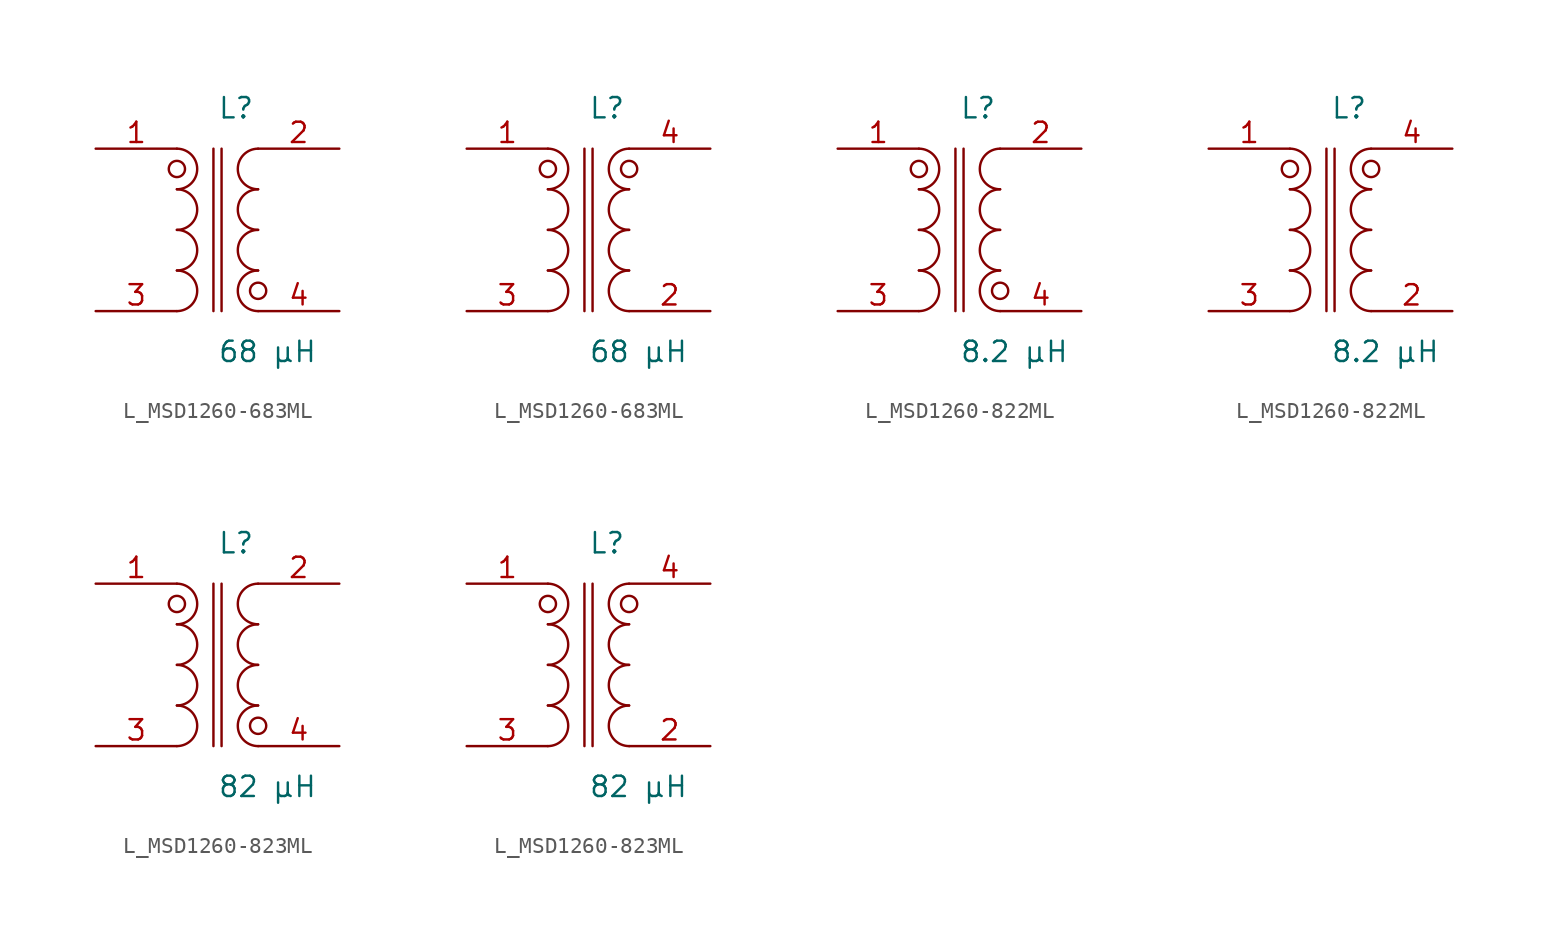
<source format=kicad_sym>
(kicad_symbol_lib
  (version 20231120)
  (generator kicad_symbol_editor)
  (generator_version 8.0)
  (symbol "L_MSD1260-683ML"
    (pin_names
      (offset 0.254))
    (property "Reference" "L"
      (at 0.0 7.62 0)
      (effects (font (size 1.27 1.27)) (justify left)))
    (property "Value" "68 µH"
      (at 0.0 -7.62 0)
      (effects (font (size 1.27 1.27)) (justify left)))
    (symbol "L_MSD1260-683ML_1_1"
      (arc (start -2.54 -5.08) (mid -1.27 -3.81) (end -2.54 -2.54) (stroke (width 0) (type default)) (fill (type none)))
      (arc (start -2.54 -2.54) (mid -1.27 -1.27) (end -2.54 0.0) (stroke (width 0) (type default)) (fill (type none)))
      (arc (start -2.54 0.0) (mid -1.27 1.27) (end -2.54 2.54) (stroke (width 0) (type default)) (fill (type none)))
      (arc (start -2.54 2.54) (mid -1.27 3.81) (end -2.54 5.08) (stroke (width 0) (type default)) (fill (type none)))
      (arc (start 2.54 -5.08) (mid 1.27 -3.81) (end 2.54 -2.54) (stroke (width 0) (type default)) (fill (type none)))
      (arc (start 2.54 -2.54) (mid 1.27 -1.27) (end 2.54 0.0) (stroke (width 0) (type default)) (fill (type none)))
      (arc (start 2.54 0.0) (mid 1.27 1.27) (end 2.54 2.54) (stroke (width 0) (type default)) (fill (type none)))
      (arc (start 2.54 2.54) (mid 1.27 3.81) (end 2.54 5.08) (stroke (width 0) (type default)) (fill (type none)))
      (circle (center -2.54 3.81) (radius 0.508) (stroke (width 0) (type default)) (fill (type none)))
      (circle (center 2.54 -3.81) (radius 0.508) (stroke (width 0) (type default)) (fill (type none)))
      (polyline (pts (xy -0.254 5.08) (xy -0.254 -5.08)) (stroke (width 0) (type default)) (fill (type none)))
      (polyline (pts (xy 0.254 5.08) (xy 0.254 -5.08)) (stroke (width 0) (type default)) (fill (type none)))
      (pin unspecified line (at -7.62 5.08 0) (length 5.08) (name "" (effects (font (size 1.27 1.27)))) (number "1" (effects (font (size 1.27 1.27)))))
      (pin unspecified line (at -7.62 -5.08 0) (length 5.08) (name "" (effects (font (size 1.27 1.27)))) (number "3" (effects (font (size 1.27 1.27)))))
      (pin unspecified line (at 7.62 5.08 180) (length 5.08) (name "" (effects (font (size 1.27 1.27)))) (number "2" (effects (font (size 1.27 1.27)))))
      (pin unspecified line (at 7.62 -5.08 180) (length 5.08) (name "" (effects (font (size 1.27 1.27)))) (number "4" (effects (font (size 1.27 1.27))))))
    (symbol "L_MSD1260-683ML_1_2"
      (arc (start -2.54 -5.08) (mid -1.27 -3.81) (end -2.54 -2.54) (stroke (width 0) (type default)) (fill (type none)))
      (arc (start -2.54 -2.54) (mid -1.27 -1.27) (end -2.54 0.0) (stroke (width 0) (type default)) (fill (type none)))
      (arc (start -2.54 0.0) (mid -1.27 1.27) (end -2.54 2.54) (stroke (width 0) (type default)) (fill (type none)))
      (arc (start -2.54 2.54) (mid -1.27 3.81) (end -2.54 5.08) (stroke (width 0) (type default)) (fill (type none)))
      (arc (start 2.54 -5.08) (mid 1.27 -3.81) (end 2.54 -2.54) (stroke (width 0) (type default)) (fill (type none)))
      (arc (start 2.54 -2.54) (mid 1.27 -1.27) (end 2.54 0.0) (stroke (width 0) (type default)) (fill (type none)))
      (arc (start 2.54 0.0) (mid 1.27 1.27) (end 2.54 2.54) (stroke (width 0) (type default)) (fill (type none)))
      (arc (start 2.54 2.54) (mid 1.27 3.81) (end 2.54 5.08) (stroke (width 0) (type default)) (fill (type none)))
      (circle (center -2.54 3.81) (radius 0.508) (stroke (width 0) (type default)) (fill (type none)))
      (circle (center 2.54 3.81) (radius 0.508) (stroke (width 0) (type default)) (fill (type none)))
      (polyline (pts (xy -0.254 5.08) (xy -0.254 -5.08)) (stroke (width 0) (type default)) (fill (type none)))
      (polyline (pts (xy 0.254 5.08) (xy 0.254 -5.08)) (stroke (width 0) (type default)) (fill (type none)))
      (pin unspecified line (at -7.62 5.08 0) (length 5.08) (name "" (effects (font (size 1.27 1.27)))) (number "1" (effects (font (size 1.27 1.27)))))
      (pin unspecified line (at -7.62 -5.08 0) (length 5.08) (name "" (effects (font (size 1.27 1.27)))) (number "3" (effects (font (size 1.27 1.27)))))
      (pin unspecified line (at 7.62 -5.08 180) (length 5.08) (name "" (effects (font (size 1.27 1.27)))) (number "2" (effects (font (size 1.27 1.27)))))
      (pin unspecified line (at 7.62 5.08 180) (length 5.08) (name "" (effects (font (size 1.27 1.27)))) (number "4" (effects (font (size 1.27 1.27)))))))
  (symbol "L_MSD1260-822ML"
    (pin_names
      (offset 0.254))
    (property "Reference" "L"
      (at 0.0 7.62 0)
      (effects (font (size 1.27 1.27)) (justify left)))
    (property "Value" "8.2 µH"
      (at 0.0 -7.62 0)
      (effects (font (size 1.27 1.27)) (justify left)))
    (symbol "L_MSD1260-822ML_1_1"
      (arc (start -2.54 -5.08) (mid -1.27 -3.81) (end -2.54 -2.54) (stroke (width 0) (type default)) (fill (type none)))
      (arc (start -2.54 -2.54) (mid -1.27 -1.27) (end -2.54 0.0) (stroke (width 0) (type default)) (fill (type none)))
      (arc (start -2.54 0.0) (mid -1.27 1.27) (end -2.54 2.54) (stroke (width 0) (type default)) (fill (type none)))
      (arc (start -2.54 2.54) (mid -1.27 3.81) (end -2.54 5.08) (stroke (width 0) (type default)) (fill (type none)))
      (arc (start 2.54 -5.08) (mid 1.27 -3.81) (end 2.54 -2.54) (stroke (width 0) (type default)) (fill (type none)))
      (arc (start 2.54 -2.54) (mid 1.27 -1.27) (end 2.54 0.0) (stroke (width 0) (type default)) (fill (type none)))
      (arc (start 2.54 0.0) (mid 1.27 1.27) (end 2.54 2.54) (stroke (width 0) (type default)) (fill (type none)))
      (arc (start 2.54 2.54) (mid 1.27 3.81) (end 2.54 5.08) (stroke (width 0) (type default)) (fill (type none)))
      (circle (center -2.54 3.81) (radius 0.508) (stroke (width 0) (type default)) (fill (type none)))
      (circle (center 2.54 -3.81) (radius 0.508) (stroke (width 0) (type default)) (fill (type none)))
      (polyline (pts (xy -0.254 5.08) (xy -0.254 -5.08)) (stroke (width 0) (type default)) (fill (type none)))
      (polyline (pts (xy 0.254 5.08) (xy 0.254 -5.08)) (stroke (width 0) (type default)) (fill (type none)))
      (pin unspecified line (at -7.62 5.08 0) (length 5.08) (name "" (effects (font (size 1.27 1.27)))) (number "1" (effects (font (size 1.27 1.27)))))
      (pin unspecified line (at -7.62 -5.08 0) (length 5.08) (name "" (effects (font (size 1.27 1.27)))) (number "3" (effects (font (size 1.27 1.27)))))
      (pin unspecified line (at 7.62 5.08 180) (length 5.08) (name "" (effects (font (size 1.27 1.27)))) (number "2" (effects (font (size 1.27 1.27)))))
      (pin unspecified line (at 7.62 -5.08 180) (length 5.08) (name "" (effects (font (size 1.27 1.27)))) (number "4" (effects (font (size 1.27 1.27))))))
    (symbol "L_MSD1260-822ML_1_2"
      (arc (start -2.54 -5.08) (mid -1.27 -3.81) (end -2.54 -2.54) (stroke (width 0) (type default)) (fill (type none)))
      (arc (start -2.54 -2.54) (mid -1.27 -1.27) (end -2.54 0.0) (stroke (width 0) (type default)) (fill (type none)))
      (arc (start -2.54 0.0) (mid -1.27 1.27) (end -2.54 2.54) (stroke (width 0) (type default)) (fill (type none)))
      (arc (start -2.54 2.54) (mid -1.27 3.81) (end -2.54 5.08) (stroke (width 0) (type default)) (fill (type none)))
      (arc (start 2.54 -5.08) (mid 1.27 -3.81) (end 2.54 -2.54) (stroke (width 0) (type default)) (fill (type none)))
      (arc (start 2.54 -2.54) (mid 1.27 -1.27) (end 2.54 0.0) (stroke (width 0) (type default)) (fill (type none)))
      (arc (start 2.54 0.0) (mid 1.27 1.27) (end 2.54 2.54) (stroke (width 0) (type default)) (fill (type none)))
      (arc (start 2.54 2.54) (mid 1.27 3.81) (end 2.54 5.08) (stroke (width 0) (type default)) (fill (type none)))
      (circle (center -2.54 3.81) (radius 0.508) (stroke (width 0) (type default)) (fill (type none)))
      (circle (center 2.54 3.81) (radius 0.508) (stroke (width 0) (type default)) (fill (type none)))
      (polyline (pts (xy -0.254 5.08) (xy -0.254 -5.08)) (stroke (width 0) (type default)) (fill (type none)))
      (polyline (pts (xy 0.254 5.08) (xy 0.254 -5.08)) (stroke (width 0) (type default)) (fill (type none)))
      (pin unspecified line (at -7.62 5.08 0) (length 5.08) (name "" (effects (font (size 1.27 1.27)))) (number "1" (effects (font (size 1.27 1.27)))))
      (pin unspecified line (at -7.62 -5.08 0) (length 5.08) (name "" (effects (font (size 1.27 1.27)))) (number "3" (effects (font (size 1.27 1.27)))))
      (pin unspecified line (at 7.62 -5.08 180) (length 5.08) (name "" (effects (font (size 1.27 1.27)))) (number "2" (effects (font (size 1.27 1.27)))))
      (pin unspecified line (at 7.62 5.08 180) (length 5.08) (name "" (effects (font (size 1.27 1.27)))) (number "4" (effects (font (size 1.27 1.27)))))))
  (symbol "L_MSD1260-823ML"
    (pin_names
      (offset 0.254))
    (property "Reference" "L"
      (at 0.0 7.62 0)
      (effects (font (size 1.27 1.27)) (justify left)))
    (property "Value" "82 µH"
      (at 0.0 -7.62 0)
      (effects (font (size 1.27 1.27)) (justify left)))
    (symbol "L_MSD1260-823ML_1_1"
      (arc (start -2.54 -5.08) (mid -1.27 -3.81) (end -2.54 -2.54) (stroke (width 0) (type default)) (fill (type none)))
      (arc (start -2.54 -2.54) (mid -1.27 -1.27) (end -2.54 0.0) (stroke (width 0) (type default)) (fill (type none)))
      (arc (start -2.54 0.0) (mid -1.27 1.27) (end -2.54 2.54) (stroke (width 0) (type default)) (fill (type none)))
      (arc (start -2.54 2.54) (mid -1.27 3.81) (end -2.54 5.08) (stroke (width 0) (type default)) (fill (type none)))
      (arc (start 2.54 -5.08) (mid 1.27 -3.81) (end 2.54 -2.54) (stroke (width 0) (type default)) (fill (type none)))
      (arc (start 2.54 -2.54) (mid 1.27 -1.27) (end 2.54 0.0) (stroke (width 0) (type default)) (fill (type none)))
      (arc (start 2.54 0.0) (mid 1.27 1.27) (end 2.54 2.54) (stroke (width 0) (type default)) (fill (type none)))
      (arc (start 2.54 2.54) (mid 1.27 3.81) (end 2.54 5.08) (stroke (width 0) (type default)) (fill (type none)))
      (circle (center -2.54 3.81) (radius 0.508) (stroke (width 0) (type default)) (fill (type none)))
      (circle (center 2.54 -3.81) (radius 0.508) (stroke (width 0) (type default)) (fill (type none)))
      (polyline (pts (xy -0.254 5.08) (xy -0.254 -5.08)) (stroke (width 0) (type default)) (fill (type none)))
      (polyline (pts (xy 0.254 5.08) (xy 0.254 -5.08)) (stroke (width 0) (type default)) (fill (type none)))
      (pin unspecified line (at -7.62 5.08 0) (length 5.08) (name "" (effects (font (size 1.27 1.27)))) (number "1" (effects (font (size 1.27 1.27)))))
      (pin unspecified line (at -7.62 -5.08 0) (length 5.08) (name "" (effects (font (size 1.27 1.27)))) (number "3" (effects (font (size 1.27 1.27)))))
      (pin unspecified line (at 7.62 5.08 180) (length 5.08) (name "" (effects (font (size 1.27 1.27)))) (number "2" (effects (font (size 1.27 1.27)))))
      (pin unspecified line (at 7.62 -5.08 180) (length 5.08) (name "" (effects (font (size 1.27 1.27)))) (number "4" (effects (font (size 1.27 1.27))))))
    (symbol "L_MSD1260-823ML_1_2"
      (arc (start -2.54 -5.08) (mid -1.27 -3.81) (end -2.54 -2.54) (stroke (width 0) (type default)) (fill (type none)))
      (arc (start -2.54 -2.54) (mid -1.27 -1.27) (end -2.54 0.0) (stroke (width 0) (type default)) (fill (type none)))
      (arc (start -2.54 0.0) (mid -1.27 1.27) (end -2.54 2.54) (stroke (width 0) (type default)) (fill (type none)))
      (arc (start -2.54 2.54) (mid -1.27 3.81) (end -2.54 5.08) (stroke (width 0) (type default)) (fill (type none)))
      (arc (start 2.54 -5.08) (mid 1.27 -3.81) (end 2.54 -2.54) (stroke (width 0) (type default)) (fill (type none)))
      (arc (start 2.54 -2.54) (mid 1.27 -1.27) (end 2.54 0.0) (stroke (width 0) (type default)) (fill (type none)))
      (arc (start 2.54 0.0) (mid 1.27 1.27) (end 2.54 2.54) (stroke (width 0) (type default)) (fill (type none)))
      (arc (start 2.54 2.54) (mid 1.27 3.81) (end 2.54 5.08) (stroke (width 0) (type default)) (fill (type none)))
      (circle (center -2.54 3.81) (radius 0.508) (stroke (width 0) (type default)) (fill (type none)))
      (circle (center 2.54 3.81) (radius 0.508) (stroke (width 0) (type default)) (fill (type none)))
      (polyline (pts (xy -0.254 5.08) (xy -0.254 -5.08)) (stroke (width 0) (type default)) (fill (type none)))
      (polyline (pts (xy 0.254 5.08) (xy 0.254 -5.08)) (stroke (width 0) (type default)) (fill (type none)))
      (pin unspecified line (at -7.62 5.08 0) (length 5.08) (name "" (effects (font (size 1.27 1.27)))) (number "1" (effects (font (size 1.27 1.27)))))
      (pin unspecified line (at -7.62 -5.08 0) (length 5.08) (name "" (effects (font (size 1.27 1.27)))) (number "3" (effects (font (size 1.27 1.27)))))
      (pin unspecified line (at 7.62 -5.08 180) (length 5.08) (name "" (effects (font (size 1.27 1.27)))) (number "2" (effects (font (size 1.27 1.27)))))
      (pin unspecified line (at 7.62 5.08 180) (length 5.08) (name "" (effects (font (size 1.27 1.27)))) (number "4" (effects (font (size 1.27 1.27))))))))
</source>
